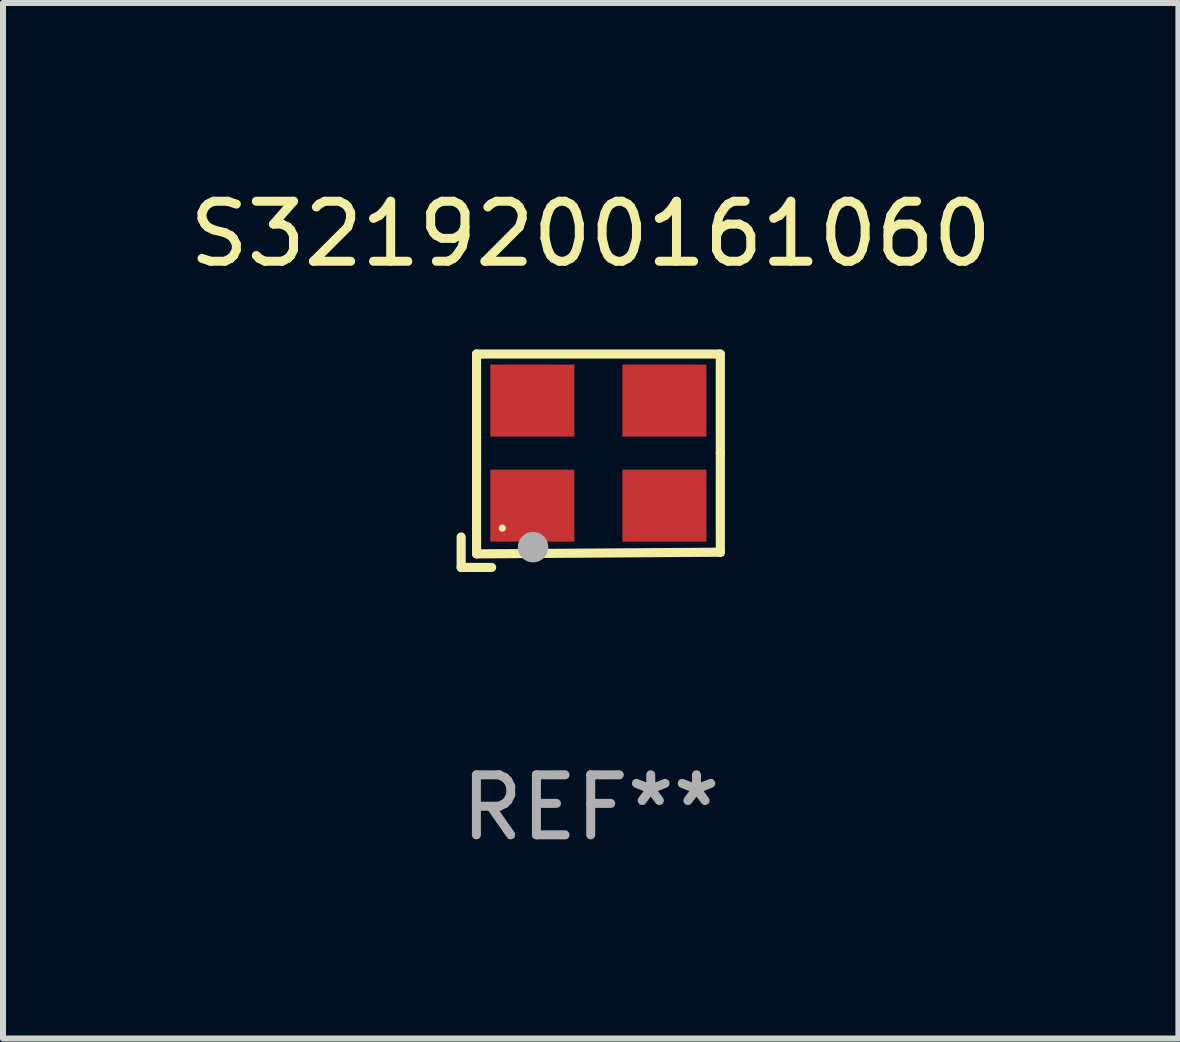
<source format=kicad_pcb>
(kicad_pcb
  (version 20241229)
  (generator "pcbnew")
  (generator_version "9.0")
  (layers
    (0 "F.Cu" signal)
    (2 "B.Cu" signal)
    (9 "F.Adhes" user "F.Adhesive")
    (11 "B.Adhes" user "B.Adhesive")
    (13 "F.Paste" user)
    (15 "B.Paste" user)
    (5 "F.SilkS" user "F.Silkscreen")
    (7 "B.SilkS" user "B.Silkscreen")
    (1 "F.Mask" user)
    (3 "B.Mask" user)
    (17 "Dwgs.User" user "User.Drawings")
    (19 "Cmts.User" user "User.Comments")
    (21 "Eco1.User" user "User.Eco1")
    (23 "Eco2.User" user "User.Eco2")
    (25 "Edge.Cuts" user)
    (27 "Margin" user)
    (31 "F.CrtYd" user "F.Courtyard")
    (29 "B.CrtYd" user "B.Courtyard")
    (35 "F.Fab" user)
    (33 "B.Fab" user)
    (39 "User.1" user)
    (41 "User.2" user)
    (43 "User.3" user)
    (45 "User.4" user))
  (footprint "S3219200161060"
    (layer "F.Cu")
    (at 6.792 4.626)
    (property "Reference" "S3219200161060" (at 0 -3.778 0) (layer "F.SilkS") (effects (font (size 1 1) (thickness 0.15))))
    (attr through_hole)
    (fp_line (start -2.159 1.27) (end -2.159 1.778) (stroke (width 0.152) (type solid)) (layer "F.SilkS"))
    (fp_line (start -2.159 1.778) (end -1.651 1.778) (stroke (width 0.152) (type solid)) (layer "F.SilkS"))
    (fp_line (start -1.902 -1.778) (end 2.159 -1.778) (stroke (width 0.152) (type solid)) (layer "F.SilkS"))
    (fp_line (start -1.902 1.552) (end -1.902 -1.778) (stroke (width 0.152) (type solid)) (layer "F.SilkS"))
    (fp_line (start 2.159 -1.778) (end 2.159 -0.127) (stroke (width 0.152) (type solid)) (layer "F.SilkS"))
    (fp_line (start 2.159 -0.127) (end 2.159 1.524) (stroke (width 0.152) (type solid)) (layer "F.SilkS"))
    (fp_line (start 2.159 1.524) (end -1.902 1.552) (stroke (width 0.152) (type solid)) (layer "F.SilkS"))
    (fp_line (start 2.159 1.524) (end 2.159 1.524) (stroke (width 0.152) (type solid)) (layer "F.SilkS"))
    (fp_circle (center -1.473 1.123) (end -1.443 1.123) (stroke (width 0.06) (type solid)) (fill no) (layer "F.SilkS"))
    (fp_circle (center -0.961 1.44) (end -0.834 1.44) (stroke (width 0.254) (type solid)) (fill no) (layer "F.Fab"))
    (fp_text user "REF**" (at 0 5.778 0) (layer "F.Fab") (effects (font (size 1 1) (thickness 0.15))))
    (pad "1" smd rect (at -0.973 0.748) (size 1.4 1.2) (layers "F.Cu" "F.Mask" "F.Paste"))
    (pad "2" smd rect (at 1.227 0.748) (size 1.4 1.2) (layers "F.Cu" "F.Mask" "F.Paste"))
    (pad "3" smd rect (at 1.227 -1.002) (size 1.4 1.2) (layers "F.Cu" "F.Mask" "F.Paste"))
    (pad "4" smd rect (at -0.973 -1.002) (size 1.4 1.2) (layers "F.Cu" "F.Mask" "F.Paste")))
  (gr_rect
    (start -3 -3)
    (end 16.583 14.253)
    (stroke (width 0.1) (type default))
    (fill no)
    (layer "Edge.Cuts")))
</source>
